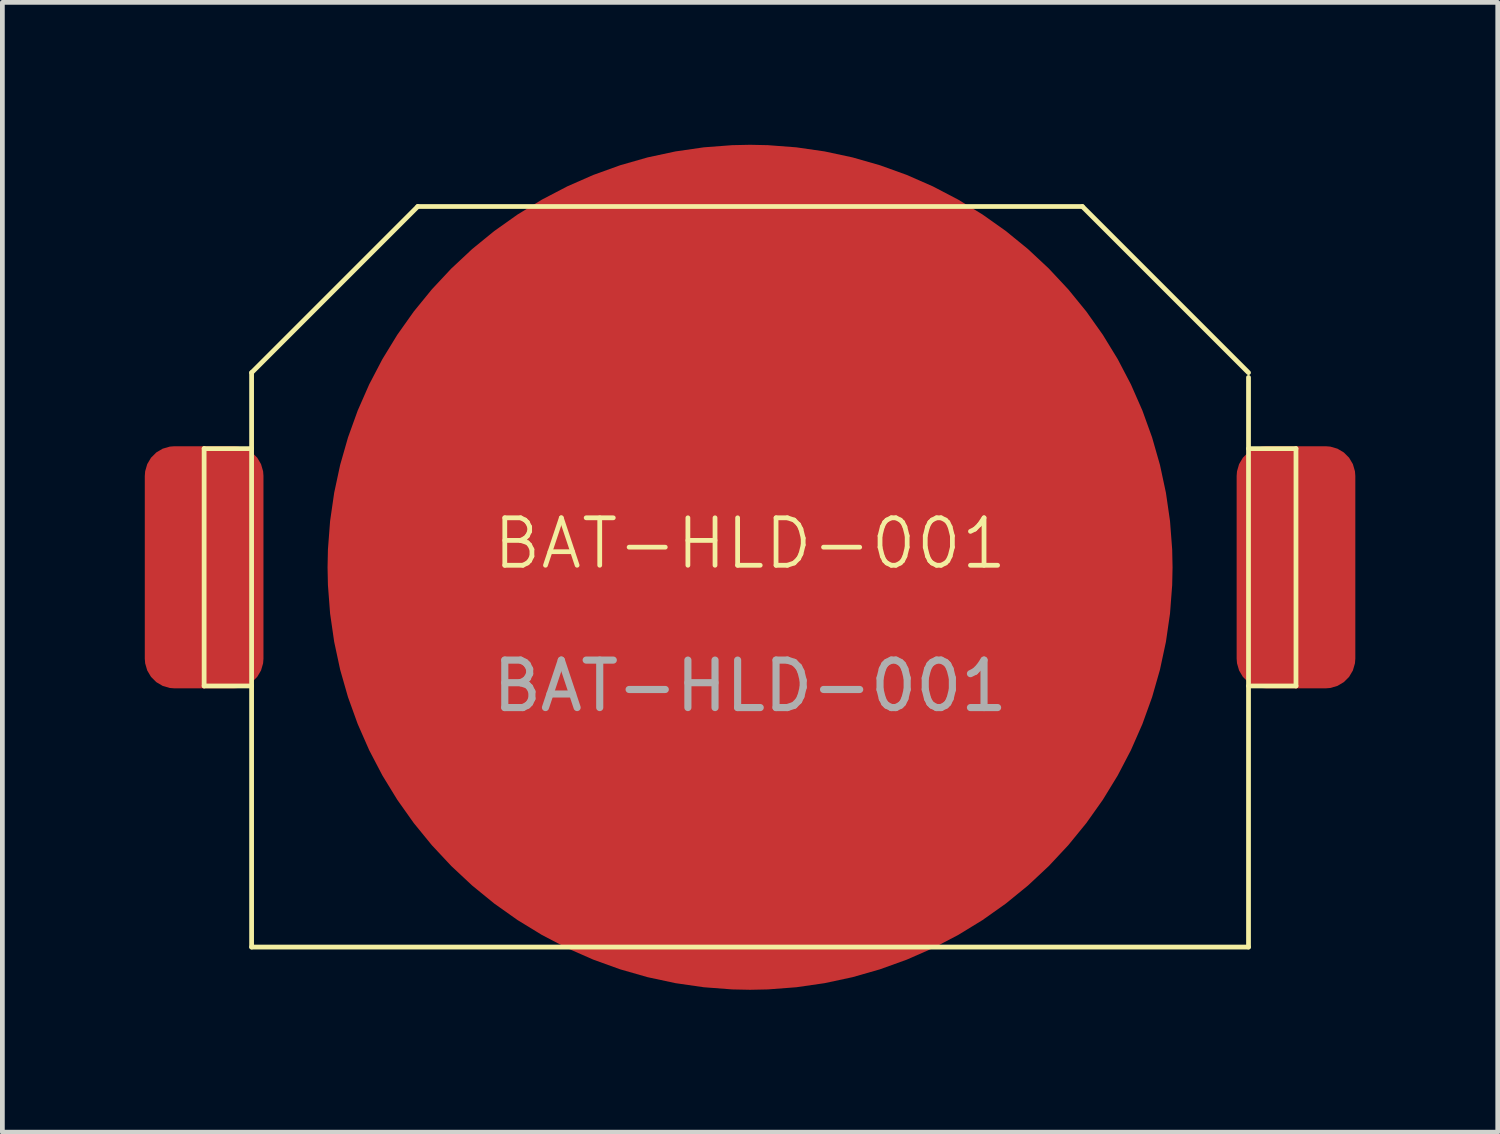
<source format=kicad_pcb>
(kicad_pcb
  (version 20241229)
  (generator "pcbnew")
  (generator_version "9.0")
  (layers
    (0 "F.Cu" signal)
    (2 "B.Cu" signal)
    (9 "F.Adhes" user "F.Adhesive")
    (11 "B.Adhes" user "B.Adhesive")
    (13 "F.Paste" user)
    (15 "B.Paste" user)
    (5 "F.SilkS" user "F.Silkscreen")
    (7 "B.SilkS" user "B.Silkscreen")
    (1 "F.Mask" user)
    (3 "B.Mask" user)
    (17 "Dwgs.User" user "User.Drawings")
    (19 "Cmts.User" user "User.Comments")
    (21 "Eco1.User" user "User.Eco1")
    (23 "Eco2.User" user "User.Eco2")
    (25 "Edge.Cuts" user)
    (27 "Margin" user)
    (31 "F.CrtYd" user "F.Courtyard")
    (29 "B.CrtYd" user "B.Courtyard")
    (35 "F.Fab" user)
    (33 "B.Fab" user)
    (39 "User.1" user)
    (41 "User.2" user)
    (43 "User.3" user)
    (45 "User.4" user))
  (footprint "BAT-HLD-001"
    (layer "F.Cu")
    (at 12.75 8.9)
    (property "Reference" "BAT-HLD-001" (at 0 -0.5 0) (unlocked yes) (layer "F.SilkS") (effects (font (size 1 1) (thickness 0.1))))
    (attr smd)
    (fp_line (start -11.5 -2.5) (end -11.5 2.5) (stroke (width 0.1) (type default)) (layer "F.SilkS"))
    (fp_line (start -11.5 2.5) (end -10.5 2.5) (stroke (width 0.1) (type default)) (layer "F.SilkS"))
    (fp_line (start -10.5 -2.5) (end -11.5 -2.5) (stroke (width 0.1) (type default)) (layer "F.SilkS"))
    (fp_line (start -10.5 8) (end -10.5 -4.1) (stroke (width 0.1) (type default)) (layer "F.SilkS"))
    (fp_line (start -7 -7.6) (end -10.5 -4.1) (stroke (width 0.1) (type default)) (layer "F.SilkS"))
    (fp_line (start 7 -7.6) (end -7 -7.6) (stroke (width 0.1) (type default)) (layer "F.SilkS"))
    (fp_line (start 7 -7.6) (end 10.5 -4.1) (stroke (width 0.1) (type default)) (layer "F.SilkS"))
    (fp_line (start 10.5 2.5) (end 11.5 2.5) (stroke (width 0.1) (type default)) (layer "F.SilkS"))
    (fp_line (start 10.5 8) (end -10.5 8) (stroke (width 0.1) (type default)) (layer "F.SilkS"))
    (fp_line (start 10.5 8) (end 10.5 -4) (stroke (width 0.1) (type default)) (layer "F.SilkS"))
    (fp_line (start 11.5 -2.5) (end 10.5 -2.5) (stroke (width 0.1) (type default)) (layer "F.SilkS"))
    (fp_line (start 11.5 2.5) (end 11.5 -2.5) (stroke (width 0.1) (type default)) (layer "F.SilkS"))
    (fp_text user "${REFERENCE}" (at 0 2.5 0) (unlocked yes) (layer "F.Fab") (effects (font (size 1 1) (thickness 0.15))))
    (pad "1" smd roundrect (at -11.5 0) (size 2.5 5.1) (layers "F.Cu" "F.Mask" "F.Paste") (roundrect_rratio 0.25))
    (pad "1" smd roundrect (at 11.5 0) (size 2.5 5.1) (layers "F.Cu" "F.Mask" "F.Paste") (roundrect_rratio 0.25))
    (pad "2" smd roundrect (at 0 0) (size 17.8 17.8) (layers "F.Cu" "F.Mask" "F.Paste") (roundrect_rratio 0.5)))
  (gr_rect
    (start -3 -3)
    (end 28.5 20.8)
    (stroke (width 0.1) (type default))
    (fill no)
    (layer "Edge.Cuts")))
</source>
